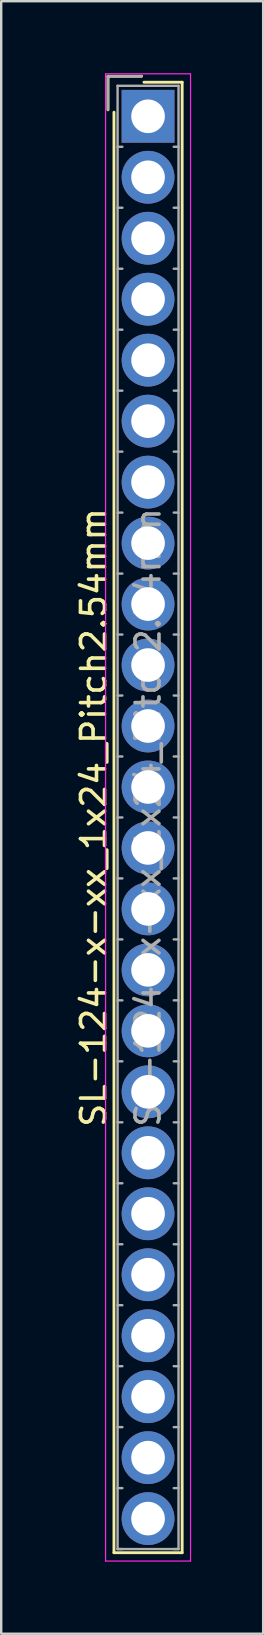
<source format=kicad_pcb>
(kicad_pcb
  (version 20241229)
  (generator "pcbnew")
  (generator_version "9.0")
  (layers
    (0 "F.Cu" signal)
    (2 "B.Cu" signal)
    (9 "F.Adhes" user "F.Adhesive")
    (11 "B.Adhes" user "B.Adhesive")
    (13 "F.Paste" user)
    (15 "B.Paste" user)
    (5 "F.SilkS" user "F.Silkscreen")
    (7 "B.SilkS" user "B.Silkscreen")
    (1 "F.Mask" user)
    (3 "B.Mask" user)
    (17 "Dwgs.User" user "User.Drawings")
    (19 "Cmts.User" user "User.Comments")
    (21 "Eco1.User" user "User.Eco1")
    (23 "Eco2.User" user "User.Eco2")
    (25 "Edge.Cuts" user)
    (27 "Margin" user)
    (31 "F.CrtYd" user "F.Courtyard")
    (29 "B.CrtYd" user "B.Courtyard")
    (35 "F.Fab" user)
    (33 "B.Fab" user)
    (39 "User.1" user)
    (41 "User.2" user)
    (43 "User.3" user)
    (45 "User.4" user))
  (footprint "SL-124-x-xx_1x24_Pitch2.54mm"
    (layer "F.Cu")
    (at 3.118 1.795)
    (property "Reference" "SL-124-x-xx_1x24_Pitch2.54mm" (at -2.27 29.21 90) (layer "F.SilkS") (effects (font (size 1 1) (thickness 0.15))))
    (attr through_hole)
    (fp_line (start -1.67 -1.67) (end -1.67 -0.27) (stroke (width 0.12) (type solid)) (layer "F.SilkS"))
    (fp_line (start -1.42 59.84) (end -1.42 -0.17) (stroke (width 0.12) (type solid)) (layer "F.SilkS"))
    (fp_line (start -0.27 -1.67) (end -1.67 -1.67) (stroke (width 0.12) (type solid)) (layer "F.SilkS"))
    (fp_line (start -0.17 -1.42) (end 1.42 -1.42) (stroke (width 0.12) (type solid)) (layer "F.SilkS"))
    (fp_line (start 1.42 -1.42) (end 1.42 59.84) (stroke (width 0.12) (type solid)) (layer "F.SilkS"))
    (fp_line (start 1.42 59.84) (end -1.42 59.84) (stroke (width 0.12) (type solid)) (layer "F.SilkS"))
    (fp_line (start -1.77 -1.77) (end -1.77 60.19) (stroke (width 0.05) (type solid)) (layer "F.CrtYd"))
    (fp_line (start -1.77 60.19) (end 1.77 60.19) (stroke (width 0.05) (type solid)) (layer "F.CrtYd"))
    (fp_line (start 1.77 -1.77) (end -1.77 -1.77) (stroke (width 0.05) (type solid)) (layer "F.CrtYd"))
    (fp_line (start 1.77 60.19) (end 1.77 -1.77) (stroke (width 0.05) (type solid)) (layer "F.CrtYd"))
    (fp_line (start -1.67 -1.67) (end -1.67 -0.27) (stroke (width 0.1) (type solid)) (layer "F.Fab"))
    (fp_line (start -1.27 -1.27) (end -1.27 59.69) (stroke (width 0.1) (type solid)) (layer "F.Fab"))
    (fp_line (start -1.27 1.27) (end -1.07 1.27) (stroke (width 0.1) (type solid)) (layer "F.Fab"))
    (fp_line (start -1.27 3.81) (end -1.07 3.81) (stroke (width 0.1) (type solid)) (layer "F.Fab"))
    (fp_line (start -1.27 6.35) (end -1.07 6.35) (stroke (width 0.1) (type solid)) (layer "F.Fab"))
    (fp_line (start -1.27 8.89) (end -1.07 8.89) (stroke (width 0.1) (type solid)) (layer "F.Fab"))
    (fp_line (start -1.27 11.43) (end -1.07 11.43) (stroke (width 0.1) (type solid)) (layer "F.Fab"))
    (fp_line (start -1.27 13.97) (end -1.07 13.97) (stroke (width 0.1) (type solid)) (layer "F.Fab"))
    (fp_line (start -1.27 16.51) (end -1.07 16.51) (stroke (width 0.1) (type solid)) (layer "F.Fab"))
    (fp_line (start -1.27 19.05) (end -1.07 19.05) (stroke (width 0.1) (type solid)) (layer "F.Fab"))
    (fp_line (start -1.27 21.59) (end -1.07 21.59) (stroke (width 0.1) (type solid)) (layer "F.Fab"))
    (fp_line (start -1.27 24.13) (end -1.07 24.13) (stroke (width 0.1) (type solid)) (layer "F.Fab"))
    (fp_line (start -1.27 26.67) (end -1.07 26.67) (stroke (width 0.1) (type solid)) (layer "F.Fab"))
    (fp_line (start -1.27 29.21) (end -1.07 29.21) (stroke (width 0.1) (type solid)) (layer "F.Fab"))
    (fp_line (start -1.27 31.75) (end -1.07 31.75) (stroke (width 0.1) (type solid)) (layer "F.Fab"))
    (fp_line (start -1.27 34.29) (end -1.07 34.29) (stroke (width 0.1) (type solid)) (layer "F.Fab"))
    (fp_line (start -1.27 36.83) (end -1.07 36.83) (stroke (width 0.1) (type solid)) (layer "F.Fab"))
    (fp_line (start -1.27 39.37) (end -1.07 39.37) (stroke (width 0.1) (type solid)) (layer "F.Fab"))
    (fp_line (start -1.27 41.91) (end -1.07 41.91) (stroke (width 0.1) (type solid)) (layer "F.Fab"))
    (fp_line (start -1.27 44.45) (end -1.07 44.45) (stroke (width 0.1) (type solid)) (layer "F.Fab"))
    (fp_line (start -1.27 46.99) (end -1.07 46.99) (stroke (width 0.1) (type solid)) (layer "F.Fab"))
    (fp_line (start -1.27 49.53) (end -1.07 49.53) (stroke (width 0.1) (type solid)) (layer "F.Fab"))
    (fp_line (start -1.27 52.07) (end -1.07 52.07) (stroke (width 0.1) (type solid)) (layer "F.Fab"))
    (fp_line (start -1.27 54.61) (end -1.07 54.61) (stroke (width 0.1) (type solid)) (layer "F.Fab"))
    (fp_line (start -1.27 57.15) (end -1.07 57.15) (stroke (width 0.1) (type solid)) (layer "F.Fab"))
    (fp_line (start -1.27 59.69) (end -1.07 59.69) (stroke (width 0.1) (type solid)) (layer "F.Fab"))
    (fp_line (start -1.27 59.69) (end 1.27 59.69) (stroke (width 0.1) (type solid)) (layer "F.Fab"))
    (fp_line (start -0.27 -1.67) (end -1.67 -1.67) (stroke (width 0.1) (type solid)) (layer "F.Fab"))
    (fp_line (start 1.27 -1.27) (end -1.27 -1.27) (stroke (width 0.1) (type solid)) (layer "F.Fab"))
    (fp_line (start 1.27 1.27) (end 1.07 1.27) (stroke (width 0.1) (type solid)) (layer "F.Fab"))
    (fp_line (start 1.27 3.81) (end 1.07 3.81) (stroke (width 0.1) (type solid)) (layer "F.Fab"))
    (fp_line (start 1.27 6.35) (end 1.07 6.35) (stroke (width 0.1) (type solid)) (layer "F.Fab"))
    (fp_line (start 1.27 8.89) (end 1.07 8.89) (stroke (width 0.1) (type solid)) (layer "F.Fab"))
    (fp_line (start 1.27 11.43) (end 1.07 11.43) (stroke (width 0.1) (type solid)) (layer "F.Fab"))
    (fp_line (start 1.27 13.97) (end 1.07 13.97) (stroke (width 0.1) (type solid)) (layer "F.Fab"))
    (fp_line (start 1.27 16.51) (end 1.07 16.51) (stroke (width 0.1) (type solid)) (layer "F.Fab"))
    (fp_line (start 1.27 19.05) (end 1.07 19.05) (stroke (width 0.1) (type solid)) (layer "F.Fab"))
    (fp_line (start 1.27 21.59) (end 1.07 21.59) (stroke (width 0.1) (type solid)) (layer "F.Fab"))
    (fp_line (start 1.27 24.13) (end 1.07 24.13) (stroke (width 0.1) (type solid)) (layer "F.Fab"))
    (fp_line (start 1.27 26.67) (end 1.07 26.67) (stroke (width 0.1) (type solid)) (layer "F.Fab"))
    (fp_line (start 1.27 29.21) (end 1.07 29.21) (stroke (width 0.1) (type solid)) (layer "F.Fab"))
    (fp_line (start 1.27 31.75) (end 1.07 31.75) (stroke (width 0.1) (type solid)) (layer "F.Fab"))
    (fp_line (start 1.27 34.29) (end 1.07 34.29) (stroke (width 0.1) (type solid)) (layer "F.Fab"))
    (fp_line (start 1.27 36.83) (end 1.07 36.83) (stroke (width 0.1) (type solid)) (layer "F.Fab"))
    (fp_line (start 1.27 39.37) (end 1.07 39.37) (stroke (width 0.1) (type solid)) (layer "F.Fab"))
    (fp_line (start 1.27 41.91) (end 1.07 41.91) (stroke (width 0.1) (type solid)) (layer "F.Fab"))
    (fp_line (start 1.27 44.45) (end 1.07 44.45) (stroke (width 0.1) (type solid)) (layer "F.Fab"))
    (fp_line (start 1.27 46.99) (end 1.07 46.99) (stroke (width 0.1) (type solid)) (layer "F.Fab"))
    (fp_line (start 1.27 49.53) (end 1.07 49.53) (stroke (width 0.1) (type solid)) (layer "F.Fab"))
    (fp_line (start 1.27 52.07) (end 1.07 52.07) (stroke (width 0.1) (type solid)) (layer "F.Fab"))
    (fp_line (start 1.27 54.61) (end 1.07 54.61) (stroke (width 0.1) (type solid)) (layer "F.Fab"))
    (fp_line (start 1.27 57.15) (end 1.07 57.15) (stroke (width 0.1) (type solid)) (layer "F.Fab"))
    (fp_line (start 1.27 59.69) (end 1.07 59.69) (stroke (width 0.1) (type solid)) (layer "F.Fab"))
    (fp_line (start 1.27 59.69) (end 1.27 -1.27) (stroke (width 0.1) (type solid)) (layer "F.Fab"))
    (fp_text user "${REFERENCE}" (at 0 29.21 90) (layer "F.Fab") (effects (font (size 1 1) (thickness 0.15))))
    (pad "1" thru_hole rect (at 0 0) (size 2.2 2.2) (drill 1.4) (layers "*.Cu" "*.Mask"))
    (pad "2" thru_hole circle (at 0 2.54) (size 2.2 2.2) (drill 1.4) (layers "*.Cu" "*.Mask"))
    (pad "3" thru_hole circle (at 0 5.08) (size 2.2 2.2) (drill 1.4) (layers "*.Cu" "*.Mask"))
    (pad "4" thru_hole circle (at 0 7.62) (size 2.2 2.2) (drill 1.4) (layers "*.Cu" "*.Mask"))
    (pad "5" thru_hole circle (at 0 10.16) (size 2.2 2.2) (drill 1.4) (layers "*.Cu" "*.Mask"))
    (pad "6" thru_hole circle (at 0 12.7) (size 2.2 2.2) (drill 1.4) (layers "*.Cu" "*.Mask"))
    (pad "7" thru_hole circle (at 0 15.24) (size 2.2 2.2) (drill 1.4) (layers "*.Cu" "*.Mask"))
    (pad "8" thru_hole circle (at 0 17.78) (size 2.2 2.2) (drill 1.4) (layers "*.Cu" "*.Mask"))
    (pad "9" thru_hole circle (at 0 20.32) (size 2.2 2.2) (drill 1.4) (layers "*.Cu" "*.Mask"))
    (pad "10" thru_hole circle (at 0 22.86) (size 2.2 2.2) (drill 1.4) (layers "*.Cu" "*.Mask"))
    (pad "11" thru_hole circle (at 0 25.4) (size 2.2 2.2) (drill 1.4) (layers "*.Cu" "*.Mask"))
    (pad "12" thru_hole circle (at 0 27.94) (size 2.2 2.2) (drill 1.4) (layers "*.Cu" "*.Mask"))
    (pad "13" thru_hole circle (at 0 30.48) (size 2.2 2.2) (drill 1.4) (layers "*.Cu" "*.Mask"))
    (pad "14" thru_hole circle (at 0 33.02) (size 2.2 2.2) (drill 1.4) (layers "*.Cu" "*.Mask"))
    (pad "15" thru_hole circle (at 0 35.56) (size 2.2 2.2) (drill 1.4) (layers "*.Cu" "*.Mask"))
    (pad "16" thru_hole circle (at 0 38.1) (size 2.2 2.2) (drill 1.4) (layers "*.Cu" "*.Mask"))
    (pad "17" thru_hole circle (at 0 40.64) (size 2.2 2.2) (drill 1.4) (layers "*.Cu" "*.Mask"))
    (pad "18" thru_hole circle (at 0 43.18) (size 2.2 2.2) (drill 1.4) (layers "*.Cu" "*.Mask"))
    (pad "19" thru_hole circle (at 0 45.72) (size 2.2 2.2) (drill 1.4) (layers "*.Cu" "*.Mask"))
    (pad "20" thru_hole circle (at 0 48.26) (size 2.2 2.2) (drill 1.4) (layers "*.Cu" "*.Mask"))
    (pad "21" thru_hole circle (at 0 50.8) (size 2.2 2.2) (drill 1.4) (layers "*.Cu" "*.Mask"))
    (pad "22" thru_hole circle (at 0 53.34) (size 2.2 2.2) (drill 1.4) (layers "*.Cu" "*.Mask"))
    (pad "23" thru_hole circle (at 0 55.88) (size 2.2 2.2) (drill 1.4) (layers "*.Cu" "*.Mask"))
    (pad "24" thru_hole circle (at 0 58.42) (size 2.2 2.2) (drill 1.4) (layers "*.Cu" "*.Mask")))
  (gr_rect
    (start -3 -3)
    (end 7.913 65.01)
    (stroke (width 0.1) (type default))
    (fill no)
    (layer "Edge.Cuts")))
</source>
